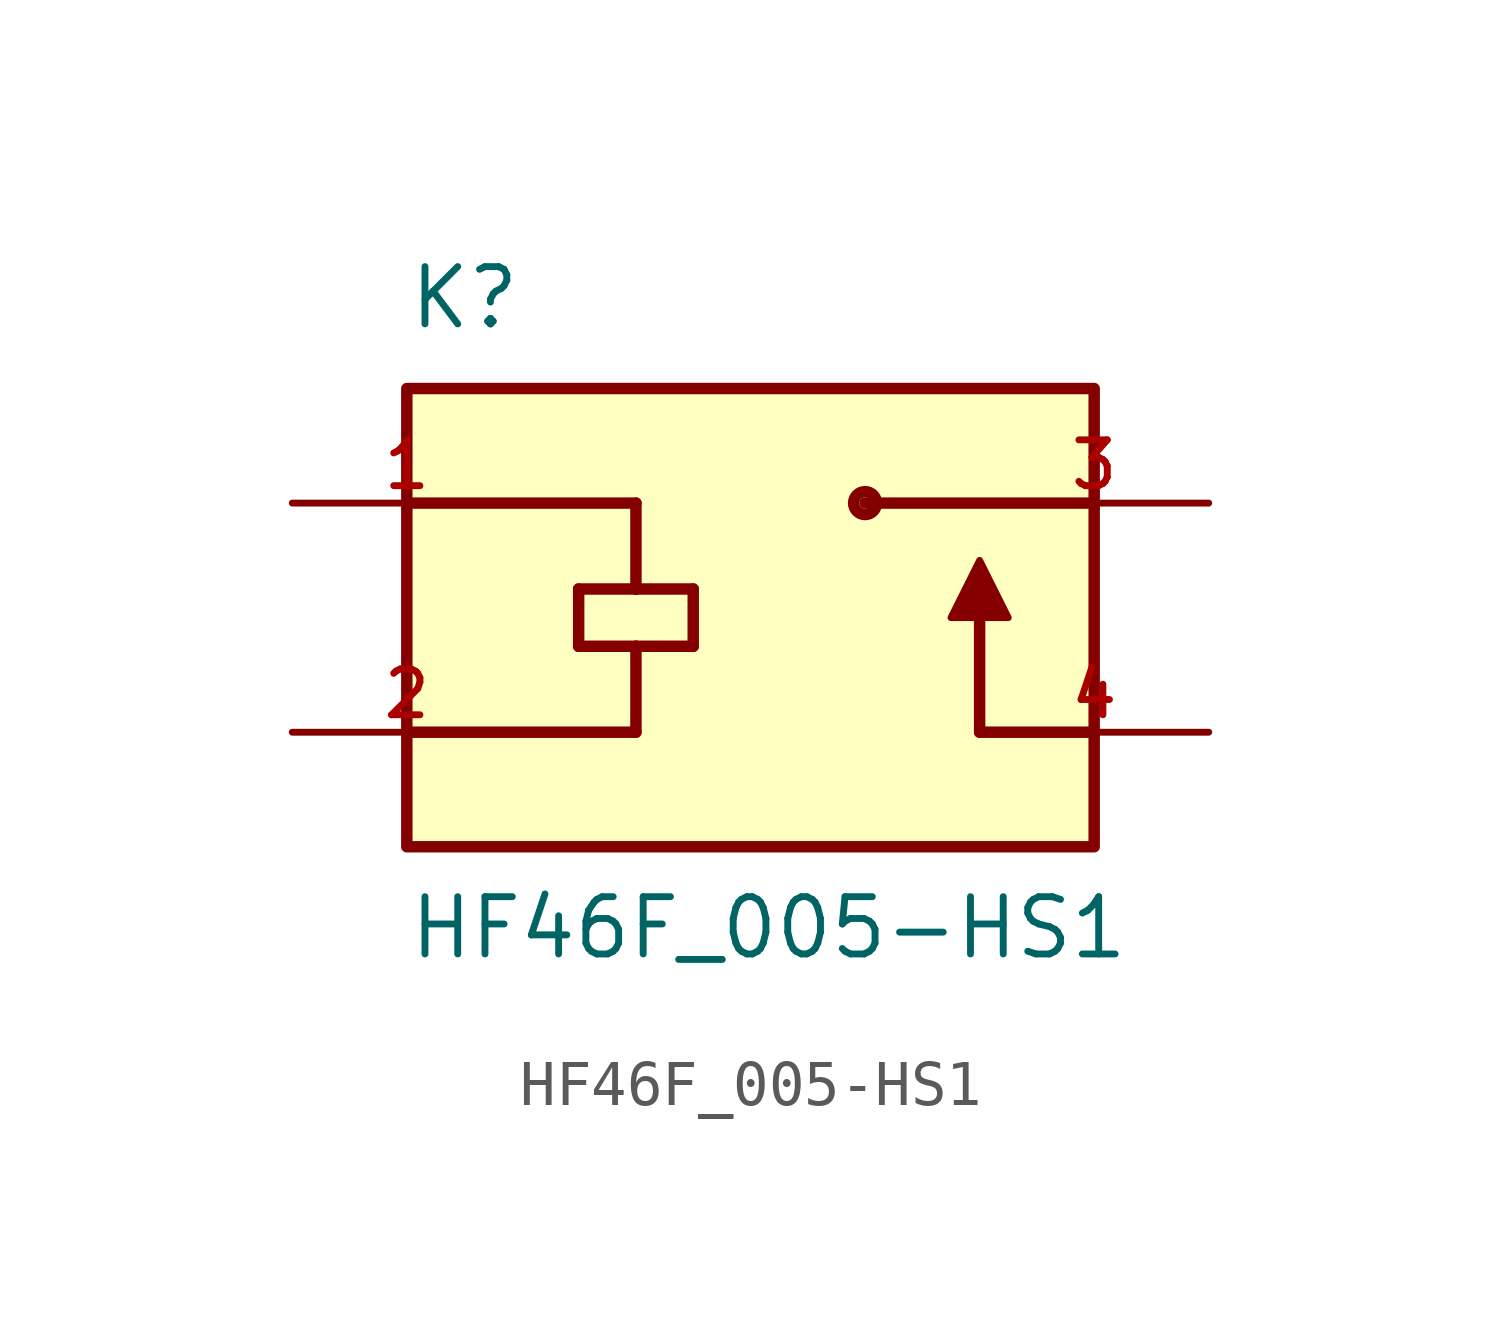
<source format=kicad_sym>
(kicad_symbol_lib
  (version 20211014)
  (generator kicad_symbol_editor)
  (symbol "HF46F_005-HS1"
    (pin_names
      (offset 1.016))
    (property "Reference" "K"
      (at -7.62 6.35 0)
      (effects (font (size 1.27 1.27)) (justify bottom left)))
    (property "Value" "HF46F_005-HS1"
      (at -7.62 -7.62 0)
      (effects (font (size 1.27 1.27)) (justify bottom left)))
    (symbol "HF46F_005-HS1_0_0"
      (polyline (pts (xy 7.62 2.54) (xy 2.54 2.54)) (stroke (width 0.254)))
      (polyline (pts (xy 7.62 -2.54) (xy 5.08 -2.54)) (stroke (width 0.254)))
      (polyline (pts (xy 5.08 -2.54) (xy 5.08 0.0)) (stroke (width 0.254)))
      (polyline (pts (xy 4.445 0.0) (xy 5.715 0.0) (xy 5.08 1.27) (xy 4.445 0.0)) (stroke (width 0.152)) (fill (type outline)))
      (circle (center 2.54 2.54) (radius 0.254) (stroke (width 0.254)) (fill (type none)))
      (polyline (pts (xy -7.62 2.54) (xy -2.54 2.54)) (stroke (width 0.254)))
      (polyline (pts (xy -3.81 0.635) (xy -2.54 0.635)) (stroke (width 0.254)))
      (polyline (pts (xy -2.54 0.635) (xy -1.27 0.635)) (stroke (width 0.254)))
      (polyline (pts (xy -1.27 0.635) (xy -1.27 -0.635)) (stroke (width 0.254)))
      (polyline (pts (xy -1.27 -0.635) (xy -2.54 -0.635)) (stroke (width 0.254)))
      (polyline (pts (xy -2.54 -0.635) (xy -3.81 -0.635)) (stroke (width 0.254)))
      (polyline (pts (xy -3.81 -0.635) (xy -3.81 0.635)) (stroke (width 0.254)))
      (polyline (pts (xy -7.62 -2.54) (xy -2.54 -2.54)) (stroke (width 0.254)))
      (polyline (pts (xy -2.54 2.54) (xy -2.54 0.635)) (stroke (width 0.254)))
      (polyline (pts (xy -2.54 -0.635) (xy -2.54 -2.54)) (stroke (width 0.254)))
      (rectangle (start -7.62 -5.08) (end 7.62 5.08) (stroke (width 0.254)) (fill (type background)))
      (pin passive line (at 10.16 2.54 180.0) (length 5.08) (name "~" (effects (font (size 1.016 1.016)))) (number "3" (effects (font (size 1.016 1.016)))))
      (pin passive line (at 10.16 -2.54 180.0) (length 5.08) (name "~" (effects (font (size 1.016 1.016)))) (number "4" (effects (font (size 1.016 1.016)))))
      (pin passive line (at -10.16 2.54 0) (length 5.08) (name "~" (effects (font (size 1.016 1.016)))) (number "1" (effects (font (size 1.016 1.016)))))
      (pin passive line (at -10.16 -2.54 0) (length 5.08) (name "~" (effects (font (size 1.016 1.016)))) (number "2" (effects (font (size 1.016 1.016))))))))
</source>
